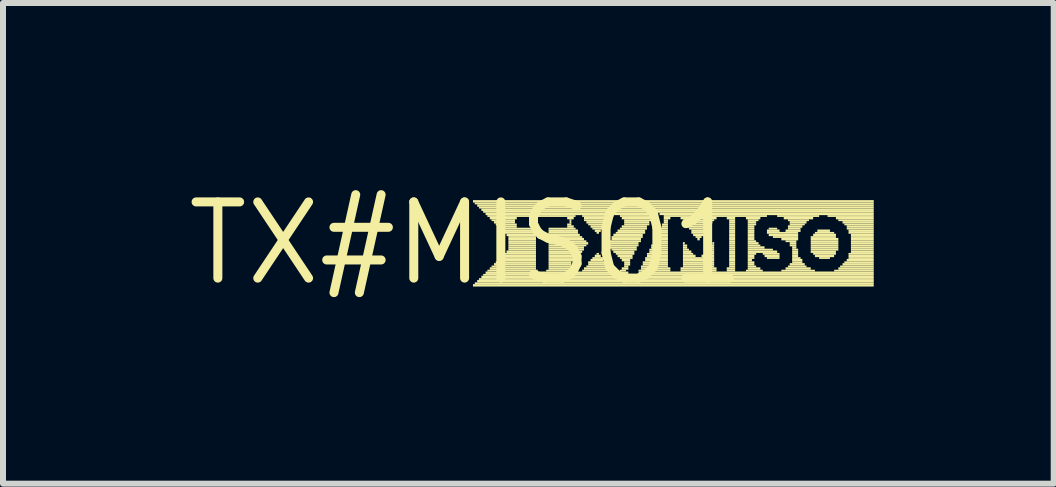
<source format=kicad_pcb>
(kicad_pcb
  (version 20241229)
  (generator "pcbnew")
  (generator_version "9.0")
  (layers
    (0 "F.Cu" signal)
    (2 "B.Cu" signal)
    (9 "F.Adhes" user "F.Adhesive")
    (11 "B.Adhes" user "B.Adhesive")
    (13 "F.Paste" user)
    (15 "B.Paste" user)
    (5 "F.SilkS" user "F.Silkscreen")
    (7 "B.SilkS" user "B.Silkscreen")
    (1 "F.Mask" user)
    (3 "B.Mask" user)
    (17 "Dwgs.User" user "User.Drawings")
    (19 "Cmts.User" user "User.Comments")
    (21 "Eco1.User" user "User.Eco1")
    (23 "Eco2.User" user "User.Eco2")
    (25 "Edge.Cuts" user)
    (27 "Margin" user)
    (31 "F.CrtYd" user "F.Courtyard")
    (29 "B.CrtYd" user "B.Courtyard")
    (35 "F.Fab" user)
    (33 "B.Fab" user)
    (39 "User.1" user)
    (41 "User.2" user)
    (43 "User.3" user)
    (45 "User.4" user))
  (footprint "TX#MISO1"
    (layer "F.Cu")
    (at 4.724 1.006)
    (property "Reference" "TX#MISO1" (at 0 0 0) (layer "F.SilkS") (effects (font (size 1.27 1.27) (thickness 0.15))))
    (attr through_hole)
    (fp_poly (pts (xy 0.11 -0.68) (xy 6.79 -0.68) (xy 6.79 -0.72) (xy 0.11 -0.72)) (stroke (width 0) (type solid)) (fill yes) (layer "F.SilkS"))
    (fp_poly (pts (xy 0.11 0.72) (xy 6.79 0.72) (xy 6.79 0.68) (xy 0.11 0.68)) (stroke (width 0) (type solid)) (fill yes) (layer "F.SilkS"))
    (fp_poly (pts (xy 0.14 -0.65) (xy 6.79 -0.65) (xy 6.79 -0.68) (xy 0.14 -0.68)) (stroke (width 0) (type solid)) (fill yes) (layer "F.SilkS"))
    (fp_poly (pts (xy 0.14 0.68) (xy 6.79 0.68) (xy 6.79 0.65) (xy 0.14 0.65)) (stroke (width 0) (type solid)) (fill yes) (layer "F.SilkS"))
    (fp_poly (pts (xy 0.18 -0.61) (xy 6.79 -0.61) (xy 6.79 -0.65) (xy 0.18 -0.65)) (stroke (width 0) (type solid)) (fill yes) (layer "F.SilkS"))
    (fp_poly (pts (xy 0.18 0.65) (xy 6.79 0.65) (xy 6.79 0.61) (xy 0.18 0.61)) (stroke (width 0) (type solid)) (fill yes) (layer "F.SilkS"))
    (fp_poly (pts (xy 0.21 -0.58) (xy 6.79 -0.58) (xy 6.79 -0.61) (xy 0.21 -0.61)) (stroke (width 0) (type solid)) (fill yes) (layer "F.SilkS"))
    (fp_poly (pts (xy 0.21 0.61) (xy 6.79 0.61) (xy 6.79 0.58) (xy 0.21 0.58)) (stroke (width 0) (type solid)) (fill yes) (layer "F.SilkS"))
    (fp_poly (pts (xy 0.25 -0.54) (xy 6.79 -0.54) (xy 6.79 -0.58) (xy 0.25 -0.58)) (stroke (width 0) (type solid)) (fill yes) (layer "F.SilkS"))
    (fp_poly (pts (xy 0.25 0.58) (xy 6.79 0.58) (xy 6.79 0.54) (xy 0.25 0.54)) (stroke (width 0) (type solid)) (fill yes) (layer "F.SilkS"))
    (fp_poly (pts (xy 0.28 -0.51) (xy 6.79 -0.51) (xy 6.79 -0.54) (xy 0.28 -0.54)) (stroke (width 0) (type solid)) (fill yes) (layer "F.SilkS"))
    (fp_poly (pts (xy 0.28 0.54) (xy 2.77 0.54) (xy 2.77 0.51) (xy 0.28 0.51)) (stroke (width 0) (type solid)) (fill yes) (layer "F.SilkS"))
    (fp_poly (pts (xy 0.32 -0.47) (xy 3.12 -0.47) (xy 3.12 -0.51) (xy 0.32 -0.51)) (stroke (width 0) (type solid)) (fill yes) (layer "F.SilkS"))
    (fp_poly (pts (xy 0.32 0.51) (xy 2.7 0.51) (xy 2.7 0.47) (xy 0.32 0.47)) (stroke (width 0) (type solid)) (fill yes) (layer "F.SilkS"))
    (fp_poly (pts (xy 0.35 -0.44) (xy 1.82 -0.44) (xy 1.82 -0.47) (xy 0.35 -0.47)) (stroke (width 0) (type solid)) (fill yes) (layer "F.SilkS"))
    (fp_poly (pts (xy 0.35 0.47) (xy 1.19 0.47) (xy 1.19 0.44) (xy 0.35 0.44)) (stroke (width 0) (type solid)) (fill yes) (layer "F.SilkS"))
    (fp_poly (pts (xy 0.39 -0.4) (xy 0.84 -0.4) (xy 0.84 -0.44) (xy 0.39 -0.44)) (stroke (width 0) (type solid)) (fill yes) (layer "F.SilkS"))
    (fp_poly (pts (xy 0.39 0.44) (xy 1.16 0.44) (xy 1.16 0.4) (xy 0.39 0.4)) (stroke (width 0) (type solid)) (fill yes) (layer "F.SilkS"))
    (fp_poly (pts (xy 0.42 -0.37) (xy 0.81 -0.37) (xy 0.81 -0.4) (xy 0.42 -0.4)) (stroke (width 0) (type solid)) (fill yes) (layer "F.SilkS"))
    (fp_poly (pts (xy 0.42 0.4) (xy 1.16 0.4) (xy 1.16 0.37) (xy 0.42 0.37)) (stroke (width 0) (type solid)) (fill yes) (layer "F.SilkS"))
    (fp_poly (pts (xy 0.46 -0.33) (xy 0.81 -0.33) (xy 0.81 -0.37) (xy 0.46 -0.37)) (stroke (width 0) (type solid)) (fill yes) (layer "F.SilkS"))
    (fp_poly (pts (xy 0.46 0.37) (xy 1.16 0.37) (xy 1.16 0.33) (xy 0.46 0.33)) (stroke (width 0) (type solid)) (fill yes) (layer "F.SilkS"))
    (fp_poly (pts (xy 0.49 -0.3) (xy 0.84 -0.3) (xy 0.84 -0.33) (xy 0.49 -0.33)) (stroke (width 0) (type solid)) (fill yes) (layer "F.SilkS"))
    (fp_poly (pts (xy 0.49 0.33) (xy 1.16 0.33) (xy 1.16 0.3) (xy 0.49 0.3)) (stroke (width 0) (type solid)) (fill yes) (layer "F.SilkS"))
    (fp_poly (pts (xy 0.53 -0.26) (xy 0.84 -0.26) (xy 0.84 -0.3) (xy 0.53 -0.3)) (stroke (width 0) (type solid)) (fill yes) (layer "F.SilkS"))
    (fp_poly (pts (xy 0.53 0.3) (xy 1.16 0.3) (xy 1.16 0.26) (xy 0.53 0.26)) (stroke (width 0) (type solid)) (fill yes) (layer "F.SilkS"))
    (fp_poly (pts (xy 0.56 -0.23) (xy 1.16 -0.23) (xy 1.16 -0.26) (xy 0.56 -0.26)) (stroke (width 0) (type solid)) (fill yes) (layer "F.SilkS"))
    (fp_poly (pts (xy 0.56 0.26) (xy 1.16 0.26) (xy 1.16 0.23) (xy 0.56 0.23)) (stroke (width 0) (type solid)) (fill yes) (layer "F.SilkS"))
    (fp_poly (pts (xy 0.6 -0.19) (xy 1.16 -0.19) (xy 1.16 -0.23) (xy 0.6 -0.23)) (stroke (width 0) (type solid)) (fill yes) (layer "F.SilkS"))
    (fp_poly (pts (xy 0.6 0.23) (xy 1.16 0.23) (xy 1.16 0.19) (xy 0.6 0.19)) (stroke (width 0) (type solid)) (fill yes) (layer "F.SilkS"))
    (fp_poly (pts (xy 0.63 -0.16) (xy 1.16 -0.16) (xy 1.16 -0.19) (xy 0.63 -0.19)) (stroke (width 0) (type solid)) (fill yes) (layer "F.SilkS"))
    (fp_poly (pts (xy 0.63 0.19) (xy 1.16 0.19) (xy 1.16 0.16) (xy 0.63 0.16)) (stroke (width 0) (type solid)) (fill yes) (layer "F.SilkS"))
    (fp_poly (pts (xy 0.67 -0.12) (xy 1.16 -0.12) (xy 1.16 -0.16) (xy 0.67 -0.16)) (stroke (width 0) (type solid)) (fill yes) (layer "F.SilkS"))
    (fp_poly (pts (xy 0.67 0.16) (xy 1.16 0.16) (xy 1.16 0.12) (xy 0.67 0.12)) (stroke (width 0) (type solid)) (fill yes) (layer "F.SilkS"))
    (fp_poly (pts (xy 0.7 -0.09) (xy 1.16 -0.09) (xy 1.16 -0.12) (xy 0.7 -0.12)) (stroke (width 0) (type solid)) (fill yes) (layer "F.SilkS"))
    (fp_poly (pts (xy 0.7 -0.05) (xy 1.16 -0.05) (xy 1.16 -0.09) (xy 0.7 -0.09)) (stroke (width 0) (type solid)) (fill yes) (layer "F.SilkS"))
    (fp_poly (pts (xy 0.7 -0.02) (xy 1.16 -0.02) (xy 1.16 -0.05) (xy 0.7 -0.05)) (stroke (width 0) (type solid)) (fill yes) (layer "F.SilkS"))
    (fp_poly (pts (xy 0.7 0.02) (xy 1.16 0.02) (xy 1.16 -0.02) (xy 0.7 -0.02)) (stroke (width 0) (type solid)) (fill yes) (layer "F.SilkS"))
    (fp_poly (pts (xy 0.7 0.05) (xy 1.16 0.05) (xy 1.16 0.02) (xy 0.7 0.02)) (stroke (width 0) (type solid)) (fill yes) (layer "F.SilkS"))
    (fp_poly (pts (xy 0.7 0.09) (xy 1.16 0.09) (xy 1.16 0.05) (xy 0.7 0.05)) (stroke (width 0) (type solid)) (fill yes) (layer "F.SilkS"))
    (fp_poly (pts (xy 0.7 0.12) (xy 1.16 0.12) (xy 1.16 0.09) (xy 0.7 0.09)) (stroke (width 0) (type solid)) (fill yes) (layer "F.SilkS"))
    (fp_poly (pts (xy 1.33 0.47) (xy 1.82 0.47) (xy 1.82 0.44) (xy 1.33 0.44)) (stroke (width 0) (type solid)) (fill yes) (layer "F.SilkS"))
    (fp_poly (pts (xy 1.37 -0.23) (xy 1.82 -0.23) (xy 1.82 -0.26) (xy 1.37 -0.26)) (stroke (width 0) (type solid)) (fill yes) (layer "F.SilkS"))
    (fp_poly (pts (xy 1.37 -0.19) (xy 1.86 -0.19) (xy 1.86 -0.23) (xy 1.37 -0.23)) (stroke (width 0) (type solid)) (fill yes) (layer "F.SilkS"))
    (fp_poly (pts (xy 1.37 -0.16) (xy 1.86 -0.16) (xy 1.86 -0.19) (xy 1.37 -0.19)) (stroke (width 0) (type solid)) (fill yes) (layer "F.SilkS"))
    (fp_poly (pts (xy 1.37 -0.12) (xy 1.89 -0.12) (xy 1.89 -0.16) (xy 1.37 -0.16)) (stroke (width 0) (type solid)) (fill yes) (layer "F.SilkS"))
    (fp_poly (pts (xy 1.37 -0.09) (xy 1.93 -0.09) (xy 1.93 -0.12) (xy 1.37 -0.12)) (stroke (width 0) (type solid)) (fill yes) (layer "F.SilkS"))
    (fp_poly (pts (xy 1.37 -0.05) (xy 1.96 -0.05) (xy 1.96 -0.09) (xy 1.37 -0.09)) (stroke (width 0) (type solid)) (fill yes) (layer "F.SilkS"))
    (fp_poly (pts (xy 1.37 -0.02) (xy 2 -0.02) (xy 2 -0.05) (xy 1.37 -0.05)) (stroke (width 0) (type solid)) (fill yes) (layer "F.SilkS"))
    (fp_poly (pts (xy 1.37 0.02) (xy 2.03 0.02) (xy 2.03 -0.02) (xy 1.37 -0.02)) (stroke (width 0) (type solid)) (fill yes) (layer "F.SilkS"))
    (fp_poly (pts (xy 1.37 0.05) (xy 2 0.05) (xy 2 0.02) (xy 1.37 0.02)) (stroke (width 0) (type solid)) (fill yes) (layer "F.SilkS"))
    (fp_poly (pts (xy 1.37 0.09) (xy 1.96 0.09) (xy 1.96 0.05) (xy 1.37 0.05)) (stroke (width 0) (type solid)) (fill yes) (layer "F.SilkS"))
    (fp_poly (pts (xy 1.37 0.12) (xy 1.96 0.12) (xy 1.96 0.09) (xy 1.37 0.09)) (stroke (width 0) (type solid)) (fill yes) (layer "F.SilkS"))
    (fp_poly (pts (xy 1.37 0.16) (xy 1.93 0.16) (xy 1.93 0.12) (xy 1.37 0.12)) (stroke (width 0) (type solid)) (fill yes) (layer "F.SilkS"))
    (fp_poly (pts (xy 1.37 0.19) (xy 1.89 0.19) (xy 1.89 0.16) (xy 1.37 0.16)) (stroke (width 0) (type solid)) (fill yes) (layer "F.SilkS"))
    (fp_poly (pts (xy 1.37 0.23) (xy 1.86 0.23) (xy 1.86 0.19) (xy 1.37 0.19)) (stroke (width 0) (type solid)) (fill yes) (layer "F.SilkS"))
    (fp_poly (pts (xy 1.37 0.26) (xy 1.82 0.26) (xy 1.82 0.23) (xy 1.37 0.23)) (stroke (width 0) (type solid)) (fill yes) (layer "F.SilkS"))
    (fp_poly (pts (xy 1.37 0.3) (xy 1.79 0.3) (xy 1.79 0.26) (xy 1.37 0.26)) (stroke (width 0) (type solid)) (fill yes) (layer "F.SilkS"))
    (fp_poly (pts (xy 1.37 0.33) (xy 1.75 0.33) (xy 1.75 0.3) (xy 1.37 0.3)) (stroke (width 0) (type solid)) (fill yes) (layer "F.SilkS"))
    (fp_poly (pts (xy 1.37 0.37) (xy 1.75 0.37) (xy 1.75 0.33) (xy 1.37 0.33)) (stroke (width 0) (type solid)) (fill yes) (layer "F.SilkS"))
    (fp_poly (pts (xy 1.37 0.4) (xy 1.75 0.4) (xy 1.75 0.37) (xy 1.37 0.37)) (stroke (width 0) (type solid)) (fill yes) (layer "F.SilkS"))
    (fp_poly (pts (xy 1.37 0.44) (xy 1.75 0.44) (xy 1.75 0.4) (xy 1.37 0.4)) (stroke (width 0) (type solid)) (fill yes) (layer "F.SilkS"))
    (fp_poly (pts (xy 1.68 -0.4) (xy 1.79 -0.4) (xy 1.79 -0.44) (xy 1.68 -0.44)) (stroke (width 0) (type solid)) (fill yes) (layer "F.SilkS"))
    (fp_poly (pts (xy 1.68 -0.3) (xy 1.75 -0.3) (xy 1.75 -0.33) (xy 1.68 -0.33)) (stroke (width 0) (type solid)) (fill yes) (layer "F.SilkS"))
    (fp_poly (pts (xy 1.68 -0.26) (xy 1.79 -0.26) (xy 1.79 -0.3) (xy 1.68 -0.3)) (stroke (width 0) (type solid)) (fill yes) (layer "F.SilkS"))
    (fp_poly (pts (xy 1.72 -0.37) (xy 1.75 -0.37) (xy 1.75 -0.4) (xy 1.72 -0.4)) (stroke (width 0) (type solid)) (fill yes) (layer "F.SilkS"))
    (fp_poly (pts (xy 1.72 -0.33) (xy 1.75 -0.33) (xy 1.75 -0.37) (xy 1.72 -0.37)) (stroke (width 0) (type solid)) (fill yes) (layer "F.SilkS"))
    (fp_poly (pts (xy 1.93 -0.44) (xy 2.45 -0.44) (xy 2.45 -0.47) (xy 1.93 -0.47)) (stroke (width 0) (type solid)) (fill yes) (layer "F.SilkS"))
    (fp_poly (pts (xy 1.93 0.47) (xy 2.45 0.47) (xy 2.45 0.44) (xy 1.93 0.44)) (stroke (width 0) (type solid)) (fill yes) (layer "F.SilkS"))
    (fp_poly (pts (xy 1.96 -0.4) (xy 2.42 -0.4) (xy 2.42 -0.44) (xy 1.96 -0.44)) (stroke (width 0) (type solid)) (fill yes) (layer "F.SilkS"))
    (fp_poly (pts (xy 1.96 -0.37) (xy 2.38 -0.37) (xy 2.38 -0.4) (xy 1.96 -0.4)) (stroke (width 0) (type solid)) (fill yes) (layer "F.SilkS"))
    (fp_poly (pts (xy 1.96 0.44) (xy 2.42 0.44) (xy 2.42 0.4) (xy 1.96 0.4)) (stroke (width 0) (type solid)) (fill yes) (layer "F.SilkS"))
    (fp_poly (pts (xy 2 -0.33) (xy 2.35 -0.33) (xy 2.35 -0.37) (xy 2 -0.37)) (stroke (width 0) (type solid)) (fill yes) (layer "F.SilkS"))
    (fp_poly (pts (xy 2 0.4) (xy 2.38 0.4) (xy 2.38 0.37) (xy 2 0.37)) (stroke (width 0) (type solid)) (fill yes) (layer "F.SilkS"))
    (fp_poly (pts (xy 2.03 -0.3) (xy 2.35 -0.3) (xy 2.35 -0.33) (xy 2.03 -0.33)) (stroke (width 0) (type solid)) (fill yes) (layer "F.SilkS"))
    (fp_poly (pts (xy 2.03 0.33) (xy 2.31 0.33) (xy 2.31 0.3) (xy 2.03 0.3)) (stroke (width 0) (type solid)) (fill yes) (layer "F.SilkS"))
    (fp_poly (pts (xy 2.03 0.37) (xy 2.35 0.37) (xy 2.35 0.33) (xy 2.03 0.33)) (stroke (width 0) (type solid)) (fill yes) (layer "F.SilkS"))
    (fp_poly (pts (xy 2.07 -0.26) (xy 2.31 -0.26) (xy 2.31 -0.3) (xy 2.07 -0.3)) (stroke (width 0) (type solid)) (fill yes) (layer "F.SilkS"))
    (fp_poly (pts (xy 2.07 0.3) (xy 2.28 0.3) (xy 2.28 0.26) (xy 2.07 0.26)) (stroke (width 0) (type solid)) (fill yes) (layer "F.SilkS"))
    (fp_poly (pts (xy 2.1 -0.23) (xy 2.28 -0.23) (xy 2.28 -0.26) (xy 2.1 -0.26)) (stroke (width 0) (type solid)) (fill yes) (layer "F.SilkS"))
    (fp_poly (pts (xy 2.1 0.26) (xy 2.28 0.26) (xy 2.28 0.23) (xy 2.1 0.23)) (stroke (width 0) (type solid)) (fill yes) (layer "F.SilkS"))
    (fp_poly (pts (xy 2.14 -0.19) (xy 2.24 -0.19) (xy 2.24 -0.23) (xy 2.14 -0.23)) (stroke (width 0) (type solid)) (fill yes) (layer "F.SilkS"))
    (fp_poly (pts (xy 2.14 0.23) (xy 2.24 0.23) (xy 2.24 0.19) (xy 2.14 0.19)) (stroke (width 0) (type solid)) (fill yes) (layer "F.SilkS"))
    (fp_poly (pts (xy 2.17 -0.16) (xy 2.21 -0.16) (xy 2.21 -0.19) (xy 2.17 -0.19)) (stroke (width 0) (type solid)) (fill yes) (layer "F.SilkS"))
    (fp_poly (pts (xy 2.17 0.19) (xy 2.21 0.19) (xy 2.21 0.16) (xy 2.17 0.16)) (stroke (width 0) (type solid)) (fill yes) (layer "F.SilkS"))
    (fp_poly (pts (xy 2.35 0.02) (xy 2.87 0.02) (xy 2.87 -0.02) (xy 2.35 -0.02)) (stroke (width 0) (type solid)) (fill yes) (layer "F.SilkS"))
    (fp_poly (pts (xy 2.35 0.05) (xy 2.87 0.05) (xy 2.87 0.02) (xy 2.35 0.02)) (stroke (width 0) (type solid)) (fill yes) (layer "F.SilkS"))
    (fp_poly (pts (xy 2.38 -0.02) (xy 2.91 -0.02) (xy 2.91 -0.05) (xy 2.38 -0.05)) (stroke (width 0) (type solid)) (fill yes) (layer "F.SilkS"))
    (fp_poly (pts (xy 2.38 0.09) (xy 2.84 0.09) (xy 2.84 0.05) (xy 2.38 0.05)) (stroke (width 0) (type solid)) (fill yes) (layer "F.SilkS"))
    (fp_poly (pts (xy 2.42 -0.09) (xy 2.94 -0.09) (xy 2.94 -0.12) (xy 2.42 -0.12)) (stroke (width 0) (type solid)) (fill yes) (layer "F.SilkS"))
    (fp_poly (pts (xy 2.42 -0.05) (xy 2.91 -0.05) (xy 2.91 -0.09) (xy 2.42 -0.09)) (stroke (width 0) (type solid)) (fill yes) (layer "F.SilkS"))
    (fp_poly (pts (xy 2.42 0.12) (xy 2.84 0.12) (xy 2.84 0.09) (xy 2.42 0.09)) (stroke (width 0) (type solid)) (fill yes) (layer "F.SilkS"))
    (fp_poly (pts (xy 2.45 -0.12) (xy 2.94 -0.12) (xy 2.94 -0.16) (xy 2.45 -0.16)) (stroke (width 0) (type solid)) (fill yes) (layer "F.SilkS"))
    (fp_poly (pts (xy 2.45 0.16) (xy 2.8 0.16) (xy 2.8 0.12) (xy 2.45 0.12)) (stroke (width 0) (type solid)) (fill yes) (layer "F.SilkS"))
    (fp_poly (pts (xy 2.49 -0.16) (xy 2.98 -0.16) (xy 2.98 -0.19) (xy 2.49 -0.19)) (stroke (width 0) (type solid)) (fill yes) (layer "F.SilkS"))
    (fp_poly (pts (xy 2.49 0.19) (xy 2.8 0.19) (xy 2.8 0.16) (xy 2.49 0.16)) (stroke (width 0) (type solid)) (fill yes) (layer "F.SilkS"))
    (fp_poly (pts (xy 2.52 -0.19) (xy 2.98 -0.19) (xy 2.98 -0.23) (xy 2.52 -0.23)) (stroke (width 0) (type solid)) (fill yes) (layer "F.SilkS"))
    (fp_poly (pts (xy 2.52 0.23) (xy 2.77 0.23) (xy 2.77 0.19) (xy 2.52 0.19)) (stroke (width 0) (type solid)) (fill yes) (layer "F.SilkS"))
    (fp_poly (pts (xy 2.56 -0.44) (xy 3.12 -0.44) (xy 3.12 -0.47) (xy 2.56 -0.47)) (stroke (width 0) (type solid)) (fill yes) (layer "F.SilkS"))
    (fp_poly (pts (xy 2.56 -0.23) (xy 3.01 -0.23) (xy 3.01 -0.26) (xy 2.56 -0.26)) (stroke (width 0) (type solid)) (fill yes) (layer "F.SilkS"))
    (fp_poly (pts (xy 2.56 0.26) (xy 2.77 0.26) (xy 2.77 0.23) (xy 2.56 0.23)) (stroke (width 0) (type solid)) (fill yes) (layer "F.SilkS"))
    (fp_poly (pts (xy 2.56 0.47) (xy 2.66 0.47) (xy 2.66 0.44) (xy 2.56 0.44)) (stroke (width 0) (type solid)) (fill yes) (layer "F.SilkS"))
    (fp_poly (pts (xy 2.59 -0.4) (xy 3.08 -0.4) (xy 3.08 -0.44) (xy 2.59 -0.44)) (stroke (width 0) (type solid)) (fill yes) (layer "F.SilkS"))
    (fp_poly (pts (xy 2.59 -0.26) (xy 3.01 -0.26) (xy 3.01 -0.3) (xy 2.59 -0.3)) (stroke (width 0) (type solid)) (fill yes) (layer "F.SilkS"))
    (fp_poly (pts (xy 2.59 0.3) (xy 2.73 0.3) (xy 2.73 0.26) (xy 2.59 0.26)) (stroke (width 0) (type solid)) (fill yes) (layer "F.SilkS"))
    (fp_poly (pts (xy 2.59 0.44) (xy 2.7 0.44) (xy 2.7 0.4) (xy 2.59 0.4)) (stroke (width 0) (type solid)) (fill yes) (layer "F.SilkS"))
    (fp_poly (pts (xy 2.63 -0.37) (xy 3.08 -0.37) (xy 3.08 -0.4) (xy 2.63 -0.4)) (stroke (width 0) (type solid)) (fill yes) (layer "F.SilkS"))
    (fp_poly (pts (xy 2.63 -0.33) (xy 3.05 -0.33) (xy 3.05 -0.37) (xy 2.63 -0.37)) (stroke (width 0) (type solid)) (fill yes) (layer "F.SilkS"))
    (fp_poly (pts (xy 2.63 -0.3) (xy 3.05 -0.3) (xy 3.05 -0.33) (xy 2.63 -0.33)) (stroke (width 0) (type solid)) (fill yes) (layer "F.SilkS"))
    (fp_poly (pts (xy 2.63 0.33) (xy 2.73 0.33) (xy 2.73 0.3) (xy 2.63 0.3)) (stroke (width 0) (type solid)) (fill yes) (layer "F.SilkS"))
    (fp_poly (pts (xy 2.63 0.37) (xy 2.73 0.37) (xy 2.73 0.33) (xy 2.63 0.33)) (stroke (width 0) (type solid)) (fill yes) (layer "F.SilkS"))
    (fp_poly (pts (xy 2.63 0.4) (xy 2.7 0.4) (xy 2.7 0.37) (xy 2.63 0.37)) (stroke (width 0) (type solid)) (fill yes) (layer "F.SilkS"))
    (fp_poly (pts (xy 2.84 0.54) (xy 6.79 0.54) (xy 6.79 0.51) (xy 2.84 0.51)) (stroke (width 0) (type solid)) (fill yes) (layer "F.SilkS"))
    (fp_poly (pts (xy 2.87 0.47) (xy 3.4 0.47) (xy 3.4 0.44) (xy 2.87 0.44)) (stroke (width 0) (type solid)) (fill yes) (layer "F.SilkS"))
    (fp_poly (pts (xy 2.87 0.51) (xy 6.79 0.51) (xy 6.79 0.47) (xy 2.87 0.47)) (stroke (width 0) (type solid)) (fill yes) (layer "F.SilkS"))
    (fp_poly (pts (xy 2.91 0.4) (xy 3.36 0.4) (xy 3.36 0.37) (xy 2.91 0.37)) (stroke (width 0) (type solid)) (fill yes) (layer "F.SilkS"))
    (fp_poly (pts (xy 2.91 0.44) (xy 3.4 0.44) (xy 3.4 0.4) (xy 2.91 0.4)) (stroke (width 0) (type solid)) (fill yes) (layer "F.SilkS"))
    (fp_poly (pts (xy 2.94 0.33) (xy 3.36 0.33) (xy 3.36 0.3) (xy 2.94 0.3)) (stroke (width 0) (type solid)) (fill yes) (layer "F.SilkS"))
    (fp_poly (pts (xy 2.94 0.37) (xy 3.36 0.37) (xy 3.36 0.33) (xy 2.94 0.33)) (stroke (width 0) (type solid)) (fill yes) (layer "F.SilkS"))
    (fp_poly (pts (xy 2.98 0.26) (xy 3.36 0.26) (xy 3.36 0.23) (xy 2.98 0.23)) (stroke (width 0) (type solid)) (fill yes) (layer "F.SilkS"))
    (fp_poly (pts (xy 2.98 0.3) (xy 3.36 0.3) (xy 3.36 0.26) (xy 2.98 0.26)) (stroke (width 0) (type solid)) (fill yes) (layer "F.SilkS"))
    (fp_poly (pts (xy 3.01 0.19) (xy 3.36 0.19) (xy 3.36 0.16) (xy 3.01 0.16)) (stroke (width 0) (type solid)) (fill yes) (layer "F.SilkS"))
    (fp_poly (pts (xy 3.01 0.23) (xy 3.36 0.23) (xy 3.36 0.19) (xy 3.01 0.19)) (stroke (width 0) (type solid)) (fill yes) (layer "F.SilkS"))
    (fp_poly (pts (xy 3.05 0.12) (xy 3.36 0.12) (xy 3.36 0.09) (xy 3.05 0.09)) (stroke (width 0) (type solid)) (fill yes) (layer "F.SilkS"))
    (fp_poly (pts (xy 3.05 0.16) (xy 3.36 0.16) (xy 3.36 0.12) (xy 3.05 0.12)) (stroke (width 0) (type solid)) (fill yes) (layer "F.SilkS"))
    (fp_poly (pts (xy 3.08 0.05) (xy 3.36 0.05) (xy 3.36 0.02) (xy 3.08 0.02)) (stroke (width 0) (type solid)) (fill yes) (layer "F.SilkS"))
    (fp_poly (pts (xy 3.08 0.09) (xy 3.36 0.09) (xy 3.36 0.05) (xy 3.08 0.05)) (stroke (width 0) (type solid)) (fill yes) (layer "F.SilkS"))
    (fp_poly (pts (xy 3.12 -0.02) (xy 3.36 -0.02) (xy 3.36 -0.05) (xy 3.12 -0.05)) (stroke (width 0) (type solid)) (fill yes) (layer "F.SilkS"))
    (fp_poly (pts (xy 3.12 0.02) (xy 3.36 0.02) (xy 3.36 -0.02) (xy 3.12 -0.02)) (stroke (width 0) (type solid)) (fill yes) (layer "F.SilkS"))
    (fp_poly (pts (xy 3.15 -0.09) (xy 3.36 -0.09) (xy 3.36 -0.12) (xy 3.15 -0.12)) (stroke (width 0) (type solid)) (fill yes) (layer "F.SilkS"))
    (fp_poly (pts (xy 3.15 -0.05) (xy 3.36 -0.05) (xy 3.36 -0.09) (xy 3.15 -0.09)) (stroke (width 0) (type solid)) (fill yes) (layer "F.SilkS"))
    (fp_poly (pts (xy 3.19 -0.16) (xy 3.36 -0.16) (xy 3.36 -0.19) (xy 3.19 -0.19)) (stroke (width 0) (type solid)) (fill yes) (layer "F.SilkS"))
    (fp_poly (pts (xy 3.19 -0.12) (xy 3.36 -0.12) (xy 3.36 -0.16) (xy 3.19 -0.16)) (stroke (width 0) (type solid)) (fill yes) (layer "F.SilkS"))
    (fp_poly (pts (xy 3.22 -0.47) (xy 6.79 -0.47) (xy 6.79 -0.51) (xy 3.22 -0.51)) (stroke (width 0) (type solid)) (fill yes) (layer "F.SilkS"))
    (fp_poly (pts (xy 3.22 -0.23) (xy 3.36 -0.23) (xy 3.36 -0.26) (xy 3.22 -0.26)) (stroke (width 0) (type solid)) (fill yes) (layer "F.SilkS"))
    (fp_poly (pts (xy 3.22 -0.19) (xy 3.36 -0.19) (xy 3.36 -0.23) (xy 3.22 -0.23)) (stroke (width 0) (type solid)) (fill yes) (layer "F.SilkS"))
    (fp_poly (pts (xy 3.26 -0.3) (xy 3.36 -0.3) (xy 3.36 -0.33) (xy 3.26 -0.33)) (stroke (width 0) (type solid)) (fill yes) (layer "F.SilkS"))
    (fp_poly (pts (xy 3.26 -0.26) (xy 3.36 -0.26) (xy 3.36 -0.3) (xy 3.26 -0.3)) (stroke (width 0) (type solid)) (fill yes) (layer "F.SilkS"))
    (fp_poly (pts (xy 3.29 -0.44) (xy 5.01 -0.44) (xy 5.01 -0.47) (xy 3.29 -0.47)) (stroke (width 0) (type solid)) (fill yes) (layer "F.SilkS"))
    (fp_poly (pts (xy 3.29 -0.4) (xy 3.4 -0.4) (xy 3.4 -0.44) (xy 3.29 -0.44)) (stroke (width 0) (type solid)) (fill yes) (layer "F.SilkS"))
    (fp_poly (pts (xy 3.29 -0.37) (xy 3.36 -0.37) (xy 3.36 -0.4) (xy 3.29 -0.4)) (stroke (width 0) (type solid)) (fill yes) (layer "F.SilkS"))
    (fp_poly (pts (xy 3.29 -0.33) (xy 3.36 -0.33) (xy 3.36 -0.37) (xy 3.29 -0.37)) (stroke (width 0) (type solid)) (fill yes) (layer "F.SilkS"))
    (fp_poly (pts (xy 3.57 -0.4) (xy 4.17 -0.4) (xy 4.17 -0.44) (xy 3.57 -0.44)) (stroke (width 0) (type solid)) (fill yes) (layer "F.SilkS"))
    (fp_poly (pts (xy 3.57 0.44) (xy 4.17 0.44) (xy 4.17 0.4) (xy 3.57 0.4)) (stroke (width 0) (type solid)) (fill yes) (layer "F.SilkS"))
    (fp_poly (pts (xy 3.57 0.47) (xy 4.17 0.47) (xy 4.17 0.44) (xy 3.57 0.44)) (stroke (width 0) (type solid)) (fill yes) (layer "F.SilkS"))
    (fp_poly (pts (xy 3.61 -0.37) (xy 4.13 -0.37) (xy 4.13 -0.4) (xy 3.61 -0.4)) (stroke (width 0) (type solid)) (fill yes) (layer "F.SilkS"))
    (fp_poly (pts (xy 3.61 0.02) (xy 3.64 0.02) (xy 3.64 -0.02) (xy 3.61 -0.02)) (stroke (width 0) (type solid)) (fill yes) (layer "F.SilkS"))
    (fp_poly (pts (xy 3.61 0.05) (xy 3.68 0.05) (xy 3.68 0.02) (xy 3.61 0.02)) (stroke (width 0) (type solid)) (fill yes) (layer "F.SilkS"))
    (fp_poly (pts (xy 3.61 0.09) (xy 3.68 0.09) (xy 3.68 0.05) (xy 3.61 0.05)) (stroke (width 0) (type solid)) (fill yes) (layer "F.SilkS"))
    (fp_poly (pts (xy 3.61 0.12) (xy 3.71 0.12) (xy 3.71 0.09) (xy 3.61 0.09)) (stroke (width 0) (type solid)) (fill yes) (layer "F.SilkS"))
    (fp_poly (pts (xy 3.61 0.16) (xy 3.75 0.16) (xy 3.75 0.12) (xy 3.61 0.12)) (stroke (width 0) (type solid)) (fill yes) (layer "F.SilkS"))
    (fp_poly (pts (xy 3.61 0.19) (xy 3.78 0.19) (xy 3.78 0.16) (xy 3.61 0.16)) (stroke (width 0) (type solid)) (fill yes) (layer "F.SilkS"))
    (fp_poly (pts (xy 3.61 0.23) (xy 3.82 0.23) (xy 3.82 0.19) (xy 3.61 0.19)) (stroke (width 0) (type solid)) (fill yes) (layer "F.SilkS"))
    (fp_poly (pts (xy 3.61 0.26) (xy 4.13 0.26) (xy 4.13 0.23) (xy 3.61 0.23)) (stroke (width 0) (type solid)) (fill yes) (layer "F.SilkS"))
    (fp_poly (pts (xy 3.61 0.3) (xy 4.13 0.3) (xy 4.13 0.26) (xy 3.61 0.26)) (stroke (width 0) (type solid)) (fill yes) (layer "F.SilkS"))
    (fp_poly (pts (xy 3.61 0.33) (xy 4.13 0.33) (xy 4.13 0.3) (xy 3.61 0.3)) (stroke (width 0) (type solid)) (fill yes) (layer "F.SilkS"))
    (fp_poly (pts (xy 3.61 0.37) (xy 4.13 0.37) (xy 4.13 0.33) (xy 3.61 0.33)) (stroke (width 0) (type solid)) (fill yes) (layer "F.SilkS"))
    (fp_poly (pts (xy 3.61 0.4) (xy 4.13 0.4) (xy 4.13 0.37) (xy 3.61 0.37)) (stroke (width 0) (type solid)) (fill yes) (layer "F.SilkS"))
    (fp_poly (pts (xy 3.64 -0.33) (xy 4.1 -0.33) (xy 4.1 -0.37) (xy 3.64 -0.37)) (stroke (width 0) (type solid)) (fill yes) (layer "F.SilkS"))
    (fp_poly (pts (xy 3.64 -0.3) (xy 4.06 -0.3) (xy 4.06 -0.33) (xy 3.64 -0.33)) (stroke (width 0) (type solid)) (fill yes) (layer "F.SilkS"))
    (fp_poly (pts (xy 3.68 -0.26) (xy 4.06 -0.26) (xy 4.06 -0.3) (xy 3.68 -0.3)) (stroke (width 0) (type solid)) (fill yes) (layer "F.SilkS"))
    (fp_poly (pts (xy 3.71 -0.23) (xy 4.03 -0.23) (xy 4.03 -0.26) (xy 3.71 -0.26)) (stroke (width 0) (type solid)) (fill yes) (layer "F.SilkS"))
    (fp_poly (pts (xy 3.75 -0.19) (xy 3.99 -0.19) (xy 3.99 -0.23) (xy 3.75 -0.23)) (stroke (width 0) (type solid)) (fill yes) (layer "F.SilkS"))
    (fp_poly (pts (xy 3.75 -0.16) (xy 3.96 -0.16) (xy 3.96 -0.19) (xy 3.75 -0.19)) (stroke (width 0) (type solid)) (fill yes) (layer "F.SilkS"))
    (fp_poly (pts (xy 3.78 -0.12) (xy 3.96 -0.12) (xy 3.96 -0.16) (xy 3.78 -0.16)) (stroke (width 0) (type solid)) (fill yes) (layer "F.SilkS"))
    (fp_poly (pts (xy 3.82 -0.09) (xy 3.92 -0.09) (xy 3.92 -0.12) (xy 3.82 -0.12)) (stroke (width 0) (type solid)) (fill yes) (layer "F.SilkS"))
    (fp_poly (pts (xy 3.85 -0.05) (xy 3.89 -0.05) (xy 3.89 -0.09) (xy 3.85 -0.09)) (stroke (width 0) (type solid)) (fill yes) (layer "F.SilkS"))
    (fp_poly (pts (xy 3.92 0.23) (xy 4.13 0.23) (xy 4.13 0.19) (xy 3.92 0.19)) (stroke (width 0) (type solid)) (fill yes) (layer "F.SilkS"))
    (fp_poly (pts (xy 3.96 0.19) (xy 4.13 0.19) (xy 4.13 0.16) (xy 3.96 0.16)) (stroke (width 0) (type solid)) (fill yes) (layer "F.SilkS"))
    (fp_poly (pts (xy 3.99 0.16) (xy 4.13 0.16) (xy 4.13 0.12) (xy 3.99 0.12)) (stroke (width 0) (type solid)) (fill yes) (layer "F.SilkS"))
    (fp_poly (pts (xy 4.03 0.09) (xy 4.13 0.09) (xy 4.13 0.05) (xy 4.03 0.05)) (stroke (width 0) (type solid)) (fill yes) (layer "F.SilkS"))
    (fp_poly (pts (xy 4.03 0.12) (xy 4.13 0.12) (xy 4.13 0.09) (xy 4.03 0.09)) (stroke (width 0) (type solid)) (fill yes) (layer "F.SilkS"))
    (fp_poly (pts (xy 4.06 0.05) (xy 4.13 0.05) (xy 4.13 0.02) (xy 4.06 0.02)) (stroke (width 0) (type solid)) (fill yes) (layer "F.SilkS"))
    (fp_poly (pts (xy 4.1 0.02) (xy 4.13 0.02) (xy 4.13 -0.02) (xy 4.1 -0.02)) (stroke (width 0) (type solid)) (fill yes) (layer "F.SilkS"))
    (fp_poly (pts (xy 4.34 -0.4) (xy 4.48 -0.4) (xy 4.48 -0.44) (xy 4.34 -0.44)) (stroke (width 0) (type solid)) (fill yes) (layer "F.SilkS"))
    (fp_poly (pts (xy 4.34 0.44) (xy 4.48 0.44) (xy 4.48 0.4) (xy 4.34 0.4)) (stroke (width 0) (type solid)) (fill yes) (layer "F.SilkS"))
    (fp_poly (pts (xy 4.34 0.47) (xy 4.48 0.47) (xy 4.48 0.44) (xy 4.34 0.44)) (stroke (width 0) (type solid)) (fill yes) (layer "F.SilkS"))
    (fp_poly (pts (xy 4.38 -0.37) (xy 4.48 -0.37) (xy 4.48 -0.4) (xy 4.38 -0.4)) (stroke (width 0) (type solid)) (fill yes) (layer "F.SilkS"))
    (fp_poly (pts (xy 4.38 -0.33) (xy 4.48 -0.33) (xy 4.48 -0.37) (xy 4.38 -0.37)) (stroke (width 0) (type solid)) (fill yes) (layer "F.SilkS"))
    (fp_poly (pts (xy 4.38 -0.3) (xy 4.48 -0.3) (xy 4.48 -0.33) (xy 4.38 -0.33)) (stroke (width 0) (type solid)) (fill yes) (layer "F.SilkS"))
    (fp_poly (pts (xy 4.38 -0.26) (xy 4.48 -0.26) (xy 4.48 -0.3) (xy 4.38 -0.3)) (stroke (width 0) (type solid)) (fill yes) (layer "F.SilkS"))
    (fp_poly (pts (xy 4.38 -0.23) (xy 4.48 -0.23) (xy 4.48 -0.26) (xy 4.38 -0.26)) (stroke (width 0) (type solid)) (fill yes) (layer "F.SilkS"))
    (fp_poly (pts (xy 4.38 -0.19) (xy 4.48 -0.19) (xy 4.48 -0.23) (xy 4.38 -0.23)) (stroke (width 0) (type solid)) (fill yes) (layer "F.SilkS"))
    (fp_poly (pts (xy 4.38 -0.16) (xy 4.48 -0.16) (xy 4.48 -0.19) (xy 4.38 -0.19)) (stroke (width 0) (type solid)) (fill yes) (layer "F.SilkS"))
    (fp_poly (pts (xy 4.38 -0.12) (xy 4.48 -0.12) (xy 4.48 -0.16) (xy 4.38 -0.16)) (stroke (width 0) (type solid)) (fill yes) (layer "F.SilkS"))
    (fp_poly (pts (xy 4.38 -0.09) (xy 4.48 -0.09) (xy 4.48 -0.12) (xy 4.38 -0.12)) (stroke (width 0) (type solid)) (fill yes) (layer "F.SilkS"))
    (fp_poly (pts (xy 4.38 -0.05) (xy 4.48 -0.05) (xy 4.48 -0.09) (xy 4.38 -0.09)) (stroke (width 0) (type solid)) (fill yes) (layer "F.SilkS"))
    (fp_poly (pts (xy 4.38 -0.02) (xy 4.48 -0.02) (xy 4.48 -0.05) (xy 4.38 -0.05)) (stroke (width 0) (type solid)) (fill yes) (layer "F.SilkS"))
    (fp_poly (pts (xy 4.38 0.02) (xy 4.48 0.02) (xy 4.48 -0.02) (xy 4.38 -0.02)) (stroke (width 0) (type solid)) (fill yes) (layer "F.SilkS"))
    (fp_poly (pts (xy 4.38 0.05) (xy 4.48 0.05) (xy 4.48 0.02) (xy 4.38 0.02)) (stroke (width 0) (type solid)) (fill yes) (layer "F.SilkS"))
    (fp_poly (pts (xy 4.38 0.09) (xy 4.48 0.09) (xy 4.48 0.05) (xy 4.38 0.05)) (stroke (width 0) (type solid)) (fill yes) (layer "F.SilkS"))
    (fp_poly (pts (xy 4.38 0.12) (xy 4.48 0.12) (xy 4.48 0.09) (xy 4.38 0.09)) (stroke (width 0) (type solid)) (fill yes) (layer "F.SilkS"))
    (fp_poly (pts (xy 4.38 0.16) (xy 4.48 0.16) (xy 4.48 0.12) (xy 4.38 0.12)) (stroke (width 0) (type solid)) (fill yes) (layer "F.SilkS"))
    (fp_poly (pts (xy 4.38 0.19) (xy 4.48 0.19) (xy 4.48 0.16) (xy 4.38 0.16)) (stroke (width 0) (type solid)) (fill yes) (layer "F.SilkS"))
    (fp_poly (pts (xy 4.38 0.23) (xy 4.48 0.23) (xy 4.48 0.19) (xy 4.38 0.19)) (stroke (width 0) (type solid)) (fill yes) (layer "F.SilkS"))
    (fp_poly (pts (xy 4.38 0.26) (xy 4.48 0.26) (xy 4.48 0.23) (xy 4.38 0.23)) (stroke (width 0) (type solid)) (fill yes) (layer "F.SilkS"))
    (fp_poly (pts (xy 4.38 0.3) (xy 4.48 0.3) (xy 4.48 0.26) (xy 4.38 0.26)) (stroke (width 0) (type solid)) (fill yes) (layer "F.SilkS"))
    (fp_poly (pts (xy 4.38 0.33) (xy 4.48 0.33) (xy 4.48 0.3) (xy 4.38 0.3)) (stroke (width 0) (type solid)) (fill yes) (layer "F.SilkS"))
    (fp_poly (pts (xy 4.38 0.37) (xy 4.48 0.37) (xy 4.48 0.33) (xy 4.38 0.33)) (stroke (width 0) (type solid)) (fill yes) (layer "F.SilkS"))
    (fp_poly (pts (xy 4.38 0.4) (xy 4.48 0.4) (xy 4.48 0.37) (xy 4.38 0.37)) (stroke (width 0) (type solid)) (fill yes) (layer "F.SilkS"))
    (fp_poly (pts (xy 4.66 -0.4) (xy 4.9 -0.4) (xy 4.9 -0.44) (xy 4.66 -0.44)) (stroke (width 0) (type solid)) (fill yes) (layer "F.SilkS"))
    (fp_poly (pts (xy 4.66 0.47) (xy 4.94 0.47) (xy 4.94 0.44) (xy 4.66 0.44)) (stroke (width 0) (type solid)) (fill yes) (layer "F.SilkS"))
    (fp_poly (pts (xy 4.69 -0.37) (xy 4.87 -0.37) (xy 4.87 -0.4) (xy 4.69 -0.4)) (stroke (width 0) (type solid)) (fill yes) (layer "F.SilkS"))
    (fp_poly (pts (xy 4.69 -0.33) (xy 4.83 -0.33) (xy 4.83 -0.37) (xy 4.69 -0.37)) (stroke (width 0) (type solid)) (fill yes) (layer "F.SilkS"))
    (fp_poly (pts (xy 4.69 -0.3) (xy 4.83 -0.3) (xy 4.83 -0.33) (xy 4.69 -0.33)) (stroke (width 0) (type solid)) (fill yes) (layer "F.SilkS"))
    (fp_poly (pts (xy 4.69 -0.26) (xy 4.8 -0.26) (xy 4.8 -0.3) (xy 4.69 -0.3)) (stroke (width 0) (type solid)) (fill yes) (layer "F.SilkS"))
    (fp_poly (pts (xy 4.69 -0.23) (xy 4.8 -0.23) (xy 4.8 -0.26) (xy 4.69 -0.26)) (stroke (width 0) (type solid)) (fill yes) (layer "F.SilkS"))
    (fp_poly (pts (xy 4.69 -0.19) (xy 4.8 -0.19) (xy 4.8 -0.23) (xy 4.69 -0.23)) (stroke (width 0) (type solid)) (fill yes) (layer "F.SilkS"))
    (fp_poly (pts (xy 4.69 -0.16) (xy 4.8 -0.16) (xy 4.8 -0.19) (xy 4.69 -0.19)) (stroke (width 0) (type solid)) (fill yes) (layer "F.SilkS"))
    (fp_poly (pts (xy 4.69 -0.12) (xy 4.8 -0.12) (xy 4.8 -0.16) (xy 4.69 -0.16)) (stroke (width 0) (type solid)) (fill yes) (layer "F.SilkS"))
    (fp_poly (pts (xy 4.69 -0.09) (xy 4.8 -0.09) (xy 4.8 -0.12) (xy 4.69 -0.12)) (stroke (width 0) (type solid)) (fill yes) (layer "F.SilkS"))
    (fp_poly (pts (xy 4.69 -0.05) (xy 4.8 -0.05) (xy 4.8 -0.09) (xy 4.69 -0.09)) (stroke (width 0) (type solid)) (fill yes) (layer "F.SilkS"))
    (fp_poly (pts (xy 4.69 -0.02) (xy 4.83 -0.02) (xy 4.83 -0.05) (xy 4.69 -0.05)) (stroke (width 0) (type solid)) (fill yes) (layer "F.SilkS"))
    (fp_poly (pts (xy 4.69 0.02) (xy 4.87 0.02) (xy 4.87 -0.02) (xy 4.69 -0.02)) (stroke (width 0) (type solid)) (fill yes) (layer "F.SilkS"))
    (fp_poly (pts (xy 4.69 0.05) (xy 4.9 0.05) (xy 4.9 0.02) (xy 4.69 0.02)) (stroke (width 0) (type solid)) (fill yes) (layer "F.SilkS"))
    (fp_poly (pts (xy 4.69 0.09) (xy 4.97 0.09) (xy 4.97 0.05) (xy 4.69 0.05)) (stroke (width 0) (type solid)) (fill yes) (layer "F.SilkS"))
    (fp_poly (pts (xy 4.69 0.12) (xy 5.11 0.12) (xy 5.11 0.09) (xy 4.69 0.09)) (stroke (width 0) (type solid)) (fill yes) (layer "F.SilkS"))
    (fp_poly (pts (xy 4.69 0.16) (xy 5.18 0.16) (xy 5.18 0.12) (xy 4.69 0.12)) (stroke (width 0) (type solid)) (fill yes) (layer "F.SilkS"))
    (fp_poly (pts (xy 4.69 0.19) (xy 4.83 0.19) (xy 4.83 0.16) (xy 4.69 0.16)) (stroke (width 0) (type solid)) (fill yes) (layer "F.SilkS"))
    (fp_poly (pts (xy 4.69 0.23) (xy 4.8 0.23) (xy 4.8 0.19) (xy 4.69 0.19)) (stroke (width 0) (type solid)) (fill yes) (layer "F.SilkS"))
    (fp_poly (pts (xy 4.69 0.26) (xy 4.8 0.26) (xy 4.8 0.23) (xy 4.69 0.23)) (stroke (width 0) (type solid)) (fill yes) (layer "F.SilkS"))
    (fp_poly (pts (xy 4.69 0.3) (xy 4.76 0.3) (xy 4.76 0.26) (xy 4.69 0.26)) (stroke (width 0) (type solid)) (fill yes) (layer "F.SilkS"))
    (fp_poly (pts (xy 4.69 0.33) (xy 4.8 0.33) (xy 4.8 0.3) (xy 4.69 0.3)) (stroke (width 0) (type solid)) (fill yes) (layer "F.SilkS"))
    (fp_poly (pts (xy 4.69 0.37) (xy 4.8 0.37) (xy 4.8 0.33) (xy 4.69 0.33)) (stroke (width 0) (type solid)) (fill yes) (layer "F.SilkS"))
    (fp_poly (pts (xy 4.69 0.4) (xy 4.83 0.4) (xy 4.83 0.37) (xy 4.69 0.37)) (stroke (width 0) (type solid)) (fill yes) (layer "F.SilkS"))
    (fp_poly (pts (xy 4.69 0.44) (xy 4.9 0.44) (xy 4.9 0.4) (xy 4.69 0.4)) (stroke (width 0) (type solid)) (fill yes) (layer "F.SilkS"))
    (fp_poly (pts (xy 4.94 0.19) (xy 5.22 0.19) (xy 5.22 0.16) (xy 4.94 0.16)) (stroke (width 0) (type solid)) (fill yes) (layer "F.SilkS"))
    (fp_poly (pts (xy 4.97 0.23) (xy 5.22 0.23) (xy 5.22 0.19) (xy 4.97 0.19)) (stroke (width 0) (type solid)) (fill yes) (layer "F.SilkS"))
    (fp_poly (pts (xy 5.01 -0.19) (xy 5.22 -0.19) (xy 5.22 -0.23) (xy 5.01 -0.23)) (stroke (width 0) (type solid)) (fill yes) (layer "F.SilkS"))
    (fp_poly (pts (xy 5.01 -0.16) (xy 5.53 -0.16) (xy 5.53 -0.19) (xy 5.01 -0.19)) (stroke (width 0) (type solid)) (fill yes) (layer "F.SilkS"))
    (fp_poly (pts (xy 5.01 0.26) (xy 5.22 0.26) (xy 5.22 0.23) (xy 5.01 0.23)) (stroke (width 0) (type solid)) (fill yes) (layer "F.SilkS"))
    (fp_poly (pts (xy 5.04 -0.23) (xy 5.18 -0.23) (xy 5.18 -0.26) (xy 5.04 -0.26)) (stroke (width 0) (type solid)) (fill yes) (layer "F.SilkS"))
    (fp_poly (pts (xy 5.04 -0.12) (xy 5.53 -0.12) (xy 5.53 -0.16) (xy 5.04 -0.16)) (stroke (width 0) (type solid)) (fill yes) (layer "F.SilkS"))
    (fp_poly (pts (xy 5.11 -0.09) (xy 5.53 -0.09) (xy 5.53 -0.12) (xy 5.11 -0.12)) (stroke (width 0) (type solid)) (fill yes) (layer "F.SilkS"))
    (fp_poly (pts (xy 5.18 -0.44) (xy 5.88 -0.44) (xy 5.88 -0.47) (xy 5.18 -0.47)) (stroke (width 0) (type solid)) (fill yes) (layer "F.SilkS"))
    (fp_poly (pts (xy 5.25 -0.05) (xy 5.53 -0.05) (xy 5.53 -0.09) (xy 5.25 -0.09)) (stroke (width 0) (type solid)) (fill yes) (layer "F.SilkS"))
    (fp_poly (pts (xy 5.25 0.47) (xy 5.81 0.47) (xy 5.81 0.44) (xy 5.25 0.44)) (stroke (width 0) (type solid)) (fill yes) (layer "F.SilkS"))
    (fp_poly (pts (xy 5.29 -0.4) (xy 5.78 -0.4) (xy 5.78 -0.44) (xy 5.29 -0.44)) (stroke (width 0) (type solid)) (fill yes) (layer "F.SilkS"))
    (fp_poly (pts (xy 5.32 -0.19) (xy 5.57 -0.19) (xy 5.57 -0.23) (xy 5.32 -0.23)) (stroke (width 0) (type solid)) (fill yes) (layer "F.SilkS"))
    (fp_poly (pts (xy 5.32 -0.02) (xy 5.5 -0.02) (xy 5.5 -0.05) (xy 5.32 -0.05)) (stroke (width 0) (type solid)) (fill yes) (layer "F.SilkS"))
    (fp_poly (pts (xy 5.32 0.44) (xy 5.74 0.44) (xy 5.74 0.4) (xy 5.32 0.4)) (stroke (width 0) (type solid)) (fill yes) (layer "F.SilkS"))
    (fp_poly (pts (xy 5.36 -0.37) (xy 5.71 -0.37) (xy 5.71 -0.4) (xy 5.36 -0.4)) (stroke (width 0) (type solid)) (fill yes) (layer "F.SilkS"))
    (fp_poly (pts (xy 5.36 -0.26) (xy 5.6 -0.26) (xy 5.6 -0.3) (xy 5.36 -0.3)) (stroke (width 0) (type solid)) (fill yes) (layer "F.SilkS"))
    (fp_poly (pts (xy 5.36 -0.23) (xy 5.57 -0.23) (xy 5.57 -0.26) (xy 5.36 -0.26)) (stroke (width 0) (type solid)) (fill yes) (layer "F.SilkS"))
    (fp_poly (pts (xy 5.36 0.4) (xy 5.67 0.4) (xy 5.67 0.37) (xy 5.36 0.37)) (stroke (width 0) (type solid)) (fill yes) (layer "F.SilkS"))
    (fp_poly (pts (xy 5.39 -0.33) (xy 5.67 -0.33) (xy 5.67 -0.37) (xy 5.39 -0.37)) (stroke (width 0) (type solid)) (fill yes) (layer "F.SilkS"))
    (fp_poly (pts (xy 5.39 -0.3) (xy 5.64 -0.3) (xy 5.64 -0.33) (xy 5.39 -0.33)) (stroke (width 0) (type solid)) (fill yes) (layer "F.SilkS"))
    (fp_poly (pts (xy 5.39 0.02) (xy 5.5 0.02) (xy 5.5 -0.02) (xy 5.39 -0.02)) (stroke (width 0) (type solid)) (fill yes) (layer "F.SilkS"))
    (fp_poly (pts (xy 5.39 0.05) (xy 5.5 0.05) (xy 5.5 0.02) (xy 5.39 0.02)) (stroke (width 0) (type solid)) (fill yes) (layer "F.SilkS"))
    (fp_poly (pts (xy 5.39 0.37) (xy 5.64 0.37) (xy 5.64 0.33) (xy 5.39 0.33)) (stroke (width 0) (type solid)) (fill yes) (layer "F.SilkS"))
    (fp_poly (pts (xy 5.43 0.09) (xy 5.5 0.09) (xy 5.5 0.05) (xy 5.43 0.05)) (stroke (width 0) (type solid)) (fill yes) (layer "F.SilkS"))
    (fp_poly (pts (xy 5.43 0.12) (xy 5.53 0.12) (xy 5.53 0.09) (xy 5.43 0.09)) (stroke (width 0) (type solid)) (fill yes) (layer "F.SilkS"))
    (fp_poly (pts (xy 5.43 0.16) (xy 5.53 0.16) (xy 5.53 0.12) (xy 5.43 0.12)) (stroke (width 0) (type solid)) (fill yes) (layer "F.SilkS"))
    (fp_poly (pts (xy 5.43 0.19) (xy 5.53 0.19) (xy 5.53 0.16) (xy 5.43 0.16)) (stroke (width 0) (type solid)) (fill yes) (layer "F.SilkS"))
    (fp_poly (pts (xy 5.43 0.23) (xy 5.53 0.23) (xy 5.53 0.19) (xy 5.43 0.19)) (stroke (width 0) (type solid)) (fill yes) (layer "F.SilkS"))
    (fp_poly (pts (xy 5.43 0.26) (xy 5.57 0.26) (xy 5.57 0.23) (xy 5.43 0.23)) (stroke (width 0) (type solid)) (fill yes) (layer "F.SilkS"))
    (fp_poly (pts (xy 5.43 0.3) (xy 5.6 0.3) (xy 5.6 0.26) (xy 5.43 0.26)) (stroke (width 0) (type solid)) (fill yes) (layer "F.SilkS"))
    (fp_poly (pts (xy 5.43 0.33) (xy 5.6 0.33) (xy 5.6 0.3) (xy 5.43 0.3)) (stroke (width 0) (type solid)) (fill yes) (layer "F.SilkS"))
    (fp_poly (pts (xy 5.74 -0.09) (xy 6.16 -0.09) (xy 6.16 -0.12) (xy 5.74 -0.12)) (stroke (width 0) (type solid)) (fill yes) (layer "F.SilkS"))
    (fp_poly (pts (xy 5.74 -0.05) (xy 6.2 -0.05) (xy 6.2 -0.09) (xy 5.74 -0.09)) (stroke (width 0) (type solid)) (fill yes) (layer "F.SilkS"))
    (fp_poly (pts (xy 5.74 -0.02) (xy 6.2 -0.02) (xy 6.2 -0.05) (xy 5.74 -0.05)) (stroke (width 0) (type solid)) (fill yes) (layer "F.SilkS"))
    (fp_poly (pts (xy 5.74 0.02) (xy 6.2 0.02) (xy 6.2 -0.02) (xy 5.74 -0.02)) (stroke (width 0) (type solid)) (fill yes) (layer "F.SilkS"))
    (fp_poly (pts (xy 5.74 0.05) (xy 6.2 0.05) (xy 6.2 0.02) (xy 5.74 0.02)) (stroke (width 0) (type solid)) (fill yes) (layer "F.SilkS"))
    (fp_poly (pts (xy 5.74 0.09) (xy 6.2 0.09) (xy 6.2 0.05) (xy 5.74 0.05)) (stroke (width 0) (type solid)) (fill yes) (layer "F.SilkS"))
    (fp_poly (pts (xy 5.74 0.12) (xy 6.2 0.12) (xy 6.2 0.09) (xy 5.74 0.09)) (stroke (width 0) (type solid)) (fill yes) (layer "F.SilkS"))
    (fp_poly (pts (xy 5.74 0.16) (xy 6.16 0.16) (xy 6.16 0.12) (xy 5.74 0.12)) (stroke (width 0) (type solid)) (fill yes) (layer "F.SilkS"))
    (fp_poly (pts (xy 5.78 -0.12) (xy 6.16 -0.12) (xy 6.16 -0.16) (xy 5.78 -0.16)) (stroke (width 0) (type solid)) (fill yes) (layer "F.SilkS"))
    (fp_poly (pts (xy 5.78 0.19) (xy 6.16 0.19) (xy 6.16 0.16) (xy 5.78 0.16)) (stroke (width 0) (type solid)) (fill yes) (layer "F.SilkS"))
    (fp_poly (pts (xy 5.81 -0.16) (xy 6.13 -0.16) (xy 6.13 -0.19) (xy 5.81 -0.19)) (stroke (width 0) (type solid)) (fill yes) (layer "F.SilkS"))
    (fp_poly (pts (xy 5.81 0.23) (xy 6.13 0.23) (xy 6.13 0.19) (xy 5.81 0.19)) (stroke (width 0) (type solid)) (fill yes) (layer "F.SilkS"))
    (fp_poly (pts (xy 5.85 -0.19) (xy 6.06 -0.19) (xy 6.06 -0.23) (xy 5.85 -0.23)) (stroke (width 0) (type solid)) (fill yes) (layer "F.SilkS"))
    (fp_poly (pts (xy 5.88 0.26) (xy 6.06 0.26) (xy 6.06 0.23) (xy 5.88 0.23)) (stroke (width 0) (type solid)) (fill yes) (layer "F.SilkS"))
    (fp_poly (pts (xy 6.02 -0.44) (xy 6.79 -0.44) (xy 6.79 -0.47) (xy 6.02 -0.47)) (stroke (width 0) (type solid)) (fill yes) (layer "F.SilkS"))
    (fp_poly (pts (xy 6.13 0.47) (xy 6.79 0.47) (xy 6.79 0.44) (xy 6.13 0.44)) (stroke (width 0) (type solid)) (fill yes) (layer "F.SilkS"))
    (fp_poly (pts (xy 6.16 -0.4) (xy 6.79 -0.4) (xy 6.79 -0.44) (xy 6.16 -0.44)) (stroke (width 0) (type solid)) (fill yes) (layer "F.SilkS"))
    (fp_poly (pts (xy 6.2 -0.37) (xy 6.79 -0.37) (xy 6.79 -0.4) (xy 6.2 -0.4)) (stroke (width 0) (type solid)) (fill yes) (layer "F.SilkS"))
    (fp_poly (pts (xy 6.2 0.44) (xy 6.79 0.44) (xy 6.79 0.4) (xy 6.2 0.4)) (stroke (width 0) (type solid)) (fill yes) (layer "F.SilkS"))
    (fp_poly (pts (xy 6.23 0.4) (xy 6.79 0.4) (xy 6.79 0.37) (xy 6.23 0.37)) (stroke (width 0) (type solid)) (fill yes) (layer "F.SilkS"))
    (fp_poly (pts (xy 6.27 -0.33) (xy 6.79 -0.33) (xy 6.79 -0.37) (xy 6.27 -0.37)) (stroke (width 0) (type solid)) (fill yes) (layer "F.SilkS"))
    (fp_poly (pts (xy 6.27 0.37) (xy 6.79 0.37) (xy 6.79 0.33) (xy 6.27 0.33)) (stroke (width 0) (type solid)) (fill yes) (layer "F.SilkS"))
    (fp_poly (pts (xy 6.3 -0.3) (xy 6.79 -0.3) (xy 6.79 -0.33) (xy 6.3 -0.33)) (stroke (width 0) (type solid)) (fill yes) (layer "F.SilkS"))
    (fp_poly (pts (xy 6.3 0.33) (xy 6.79 0.33) (xy 6.79 0.3) (xy 6.3 0.3)) (stroke (width 0) (type solid)) (fill yes) (layer "F.SilkS"))
    (fp_poly (pts (xy 6.34 -0.26) (xy 6.79 -0.26) (xy 6.79 -0.3) (xy 6.34 -0.3)) (stroke (width 0) (type solid)) (fill yes) (layer "F.SilkS"))
    (fp_poly (pts (xy 6.34 -0.23) (xy 6.79 -0.23) (xy 6.79 -0.26) (xy 6.34 -0.26)) (stroke (width 0) (type solid)) (fill yes) (layer "F.SilkS"))
    (fp_poly (pts (xy 6.34 0.3) (xy 6.79 0.3) (xy 6.79 0.26) (xy 6.34 0.26)) (stroke (width 0) (type solid)) (fill yes) (layer "F.SilkS"))
    (fp_poly (pts (xy 6.37 -0.19) (xy 6.79 -0.19) (xy 6.79 -0.23) (xy 6.37 -0.23)) (stroke (width 0) (type solid)) (fill yes) (layer "F.SilkS"))
    (fp_poly (pts (xy 6.37 -0.16) (xy 6.79 -0.16) (xy 6.79 -0.19) (xy 6.37 -0.19)) (stroke (width 0) (type solid)) (fill yes) (layer "F.SilkS"))
    (fp_poly (pts (xy 6.37 0.19) (xy 6.79 0.19) (xy 6.79 0.16) (xy 6.37 0.16)) (stroke (width 0) (type solid)) (fill yes) (layer "F.SilkS"))
    (fp_poly (pts (xy 6.37 0.23) (xy 6.79 0.23) (xy 6.79 0.19) (xy 6.37 0.19)) (stroke (width 0) (type solid)) (fill yes) (layer "F.SilkS"))
    (fp_poly (pts (xy 6.37 0.26) (xy 6.79 0.26) (xy 6.79 0.23) (xy 6.37 0.23)) (stroke (width 0) (type solid)) (fill yes) (layer "F.SilkS"))
    (fp_poly (pts (xy 6.41 -0.12) (xy 6.79 -0.12) (xy 6.79 -0.16) (xy 6.41 -0.16)) (stroke (width 0) (type solid)) (fill yes) (layer "F.SilkS"))
    (fp_poly (pts (xy 6.41 -0.09) (xy 6.79 -0.09) (xy 6.79 -0.12) (xy 6.41 -0.12)) (stroke (width 0) (type solid)) (fill yes) (layer "F.SilkS"))
    (fp_poly (pts (xy 6.41 -0.05) (xy 6.79 -0.05) (xy 6.79 -0.09) (xy 6.41 -0.09)) (stroke (width 0) (type solid)) (fill yes) (layer "F.SilkS"))
    (fp_poly (pts (xy 6.41 -0.02) (xy 6.79 -0.02) (xy 6.79 -0.05) (xy 6.41 -0.05)) (stroke (width 0) (type solid)) (fill yes) (layer "F.SilkS"))
    (fp_poly (pts (xy 6.41 0.02) (xy 6.79 0.02) (xy 6.79 -0.02) (xy 6.41 -0.02)) (stroke (width 0) (type solid)) (fill yes) (layer "F.SilkS"))
    (fp_poly (pts (xy 6.41 0.05) (xy 6.79 0.05) (xy 6.79 0.02) (xy 6.41 0.02)) (stroke (width 0) (type solid)) (fill yes) (layer "F.SilkS"))
    (fp_poly (pts (xy 6.41 0.09) (xy 6.79 0.09) (xy 6.79 0.05) (xy 6.41 0.05)) (stroke (width 0) (type solid)) (fill yes) (layer "F.SilkS"))
    (fp_poly (pts (xy 6.41 0.12) (xy 6.79 0.12) (xy 6.79 0.09) (xy 6.41 0.09)) (stroke (width 0) (type solid)) (fill yes) (layer "F.SilkS"))
    (fp_poly (pts (xy 6.41 0.16) (xy 6.79 0.16) (xy 6.79 0.12) (xy 6.41 0.12)) (stroke (width 0) (type solid)) (fill yes) (layer "F.SilkS")))
  (gr_rect
    (start -3 -3)
    (end 14.514 5.012)
    (stroke (width 0.1) (type default))
    (fill no)
    (layer "Edge.Cuts")))
</source>
